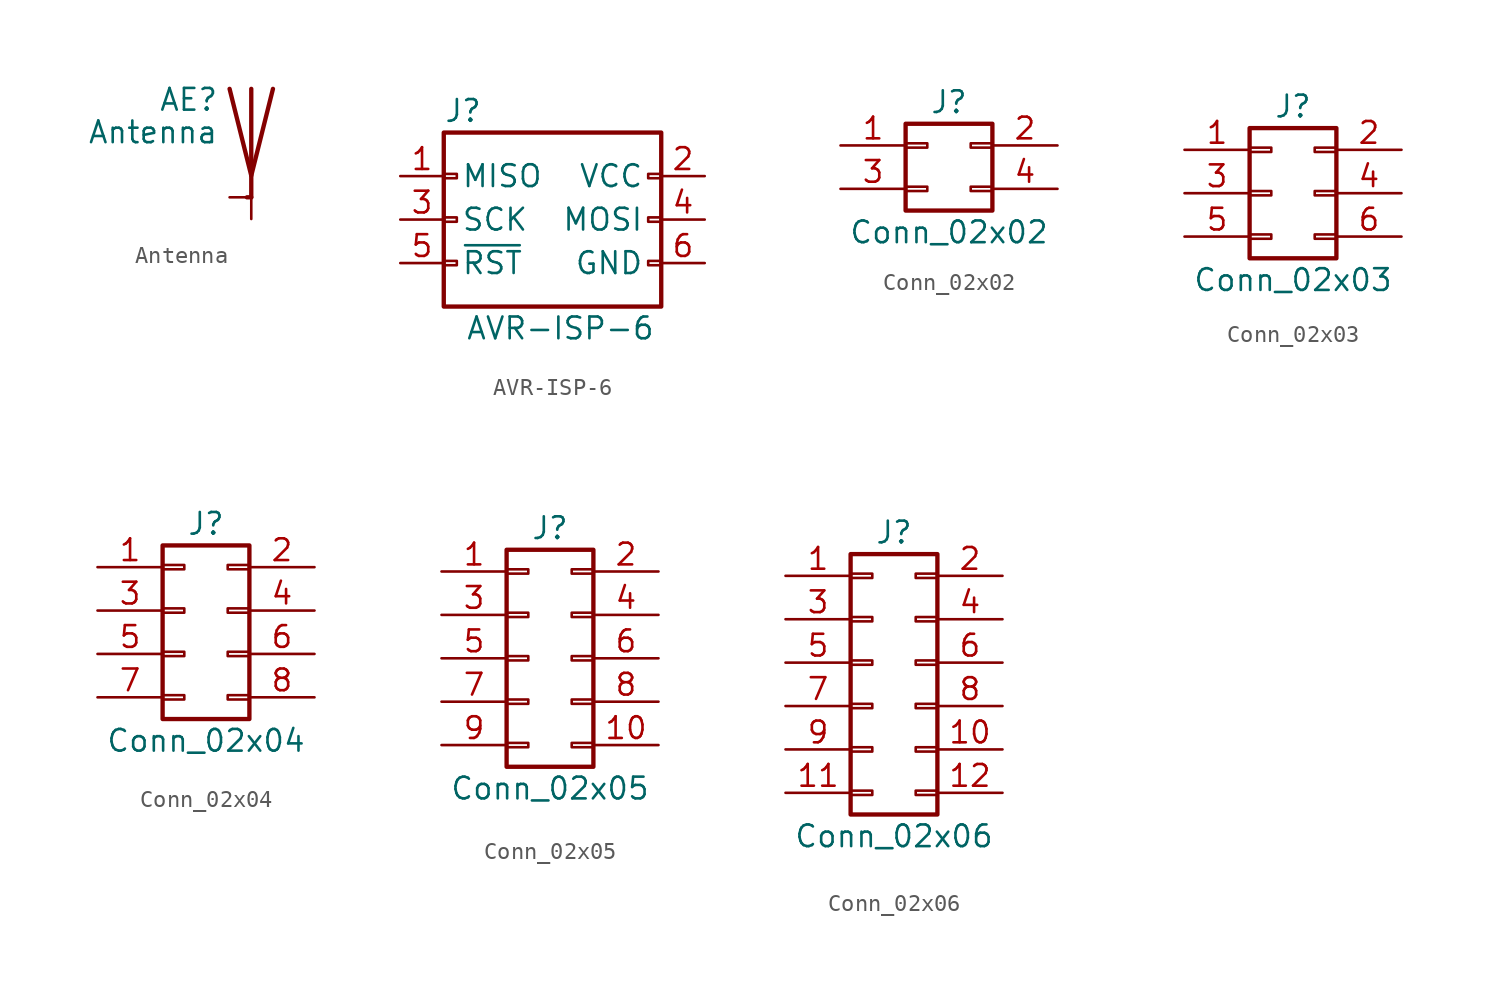
<source format=kicad_sym>
(kicad_symbol_lib
  (version 20220914)
  (generator kicad_symbol_editor)
  (symbol "Antenna"
    (pin_numbers hide)
    (pin_names
      (offset 1.016) hide)
    (property "Reference" "AE"
      (at -1.905 4.445 0)
      (effects (font (size 1.27 1.27)) (justify right)))
    (property "Value" "Antenna"
      (at -1.905 2.54 0)
      (effects (font (size 1.27 1.27)) (justify right)))
    (symbol "Antenna_0_1"
      (polyline (pts (xy -0.254 -1.27) (xy 0 -1.27)) (stroke (width 0.254) (type default)) (fill (type none)))
      (polyline (pts (xy 0 5.08) (xy 0 -1.27)) (stroke (width 0.254) (type default)) (fill (type none)))
      (polyline (pts (xy 1.27 5.08) (xy 0 0) (xy -1.27 5.08)) (stroke (width 0.254) (type default)) (fill (type none))))
    (symbol "Antenna_1_1"
      (pin input line (at 0 -2.54 90) (length 1.27) (name "A" (effects (font (size 1.27 1.27)))) (number "1" (effects (font (size 1.27 1.27)))))
      (pin power_in line (at -1.27 -1.27 0) (length 1) (name "GND" (effects (font (size 1.27 1.27)))) (number "2" (effects (font (size 1.27 1.27)))))))
  (symbol "AVR-ISP-6"
    (pin_names
      (offset 1.016))
    (property "Reference" "J"
      (at -6.35 6.35 0)
      (effects (font (size 1.27 1.27)) (justify left)))
    (property "Value" "AVR-ISP-6"
      (at -5.08 -6.35 0)
      (effects (font (size 1.27 1.27)) (justify left)))
    (symbol "AVR-ISP-6_0_1"
      (rectangle (start -5.588 -2.413) (end -6.35 -2.667) (stroke (width 0) (type default)) (fill (type none)))
      (rectangle (start -5.588 0.127) (end -6.35 -0.127) (stroke (width 0) (type default)) (fill (type none)))
      (rectangle (start -5.588 2.667) (end -6.35 2.413) (stroke (width 0) (type default)) (fill (type none)))
      (rectangle (start 6.35 -2.413) (end 5.588 -2.667) (stroke (width 0) (type default)) (fill (type none)))
      (rectangle (start 6.35 0.127) (end 5.588 -0.127) (stroke (width 0) (type default)) (fill (type none)))
      (rectangle (start 6.35 2.667) (end 5.588 2.413) (stroke (width 0) (type default)) (fill (type none))))
    (symbol "AVR-ISP-6_1_1"
      (rectangle (start -6.35 5.08) (end 6.35 -5.08) (stroke (width 0.254) (type default)) (fill (type none)))
      (pin passive line (at -8.89 2.54 0) (length 2.54) (name "MISO" (effects (font (size 1.27 1.27)))) (number "1" (effects (font (size 1.27 1.27)))))
      (pin passive line (at 8.89 2.54 180) (length 2.54) (name "VCC" (effects (font (size 1.27 1.27)))) (number "2" (effects (font (size 1.27 1.27)))))
      (pin passive line (at -8.89 0 0) (length 2.54) (name "SCK" (effects (font (size 1.27 1.27)))) (number "3" (effects (font (size 1.27 1.27)))))
      (pin passive line (at 8.89 0 180) (length 2.54) (name "MOSI" (effects (font (size 1.27 1.27)))) (number "4" (effects (font (size 1.27 1.27)))))
      (pin passive line (at -8.89 -2.54 0) (length 2.54) (name "~{RST}" (effects (font (size 1.27 1.27)))) (number "5" (effects (font (size 1.27 1.27)))))
      (pin passive line (at 8.89 -2.54 180) (length 2.54) (name "GND" (effects (font (size 1.27 1.27)))) (number "6" (effects (font (size 1.27 1.27)))))))
  (symbol "Conn_02x02"
    (pin_names
      (offset 1.016) hide)
    (property "Reference" "J"
      (at 0 3.81 0)
      (effects (font (size 1.27 1.27))))
    (property "Value" "Conn_02x02"
      (at 0 -3.81 0)
      (effects (font (size 1.27 1.27))))
    (symbol "Conn_02x02_1_1"
      (rectangle (start -2.54 -1.143) (end -1.27 -1.397) (stroke (width 0.152) (type default)) (fill (type none)))
      (rectangle (start -2.54 1.397) (end -1.27 1.143) (stroke (width 0.152) (type default)) (fill (type none)))
      (rectangle (start -2.54 2.54) (end 2.54 -2.54) (stroke (width 0.254) (type default)) (fill (type none)))
      (rectangle (start 2.54 -1.143) (end 1.27 -1.397) (stroke (width 0.152) (type default)) (fill (type none)))
      (rectangle (start 2.54 1.397) (end 1.27 1.143) (stroke (width 0.152) (type default)) (fill (type none)))
      (pin passive line (at -6.35 1.27 0) (length 3.81) (name "Pin_1" (effects (font (size 1.27 1.27)))) (number "1" (effects (font (size 1.27 1.27)))))
      (pin passive line (at 6.35 1.27 180) (length 3.81) (name "Pin_2" (effects (font (size 1.27 1.27)))) (number "2" (effects (font (size 1.27 1.27)))))
      (pin passive line (at -6.35 -1.27 0) (length 3.81) (name "Pin_3" (effects (font (size 1.27 1.27)))) (number "3" (effects (font (size 1.27 1.27)))))
      (pin passive line (at 6.35 -1.27 180) (length 3.81) (name "Pin_4" (effects (font (size 1.27 1.27)))) (number "4" (effects (font (size 1.27 1.27)))))))
  (symbol "Conn_02x03"
    (pin_names
      (offset 1.016) hide)
    (property "Reference" "J"
      (at 0 5.08 0)
      (effects (font (size 1.27 1.27))))
    (property "Value" "Conn_02x03"
      (at 0 -5.08 0)
      (effects (font (size 1.27 1.27))))
    (symbol "Conn_02x03_1_1"
      (rectangle (start -2.54 -2.413) (end -1.27 -2.667) (stroke (width 0.152) (type default)) (fill (type none)))
      (rectangle (start -2.54 0.127) (end -1.27 -0.127) (stroke (width 0.152) (type default)) (fill (type none)))
      (rectangle (start -2.54 2.667) (end -1.27 2.413) (stroke (width 0.152) (type default)) (fill (type none)))
      (rectangle (start -2.54 3.81) (end 2.54 -3.81) (stroke (width 0.254) (type default)) (fill (type none)))
      (rectangle (start 2.54 -2.413) (end 1.27 -2.667) (stroke (width 0.152) (type default)) (fill (type none)))
      (rectangle (start 2.54 0.127) (end 1.27 -0.127) (stroke (width 0.152) (type default)) (fill (type none)))
      (rectangle (start 2.54 2.667) (end 1.27 2.413) (stroke (width 0.152) (type default)) (fill (type none)))
      (pin passive line (at -6.35 2.54 0) (length 3.81) (name "Pin_1" (effects (font (size 1.27 1.27)))) (number "1" (effects (font (size 1.27 1.27)))))
      (pin passive line (at 6.35 2.54 180) (length 3.81) (name "Pin_2" (effects (font (size 1.27 1.27)))) (number "2" (effects (font (size 1.27 1.27)))))
      (pin passive line (at -6.35 0 0) (length 3.81) (name "Pin_3" (effects (font (size 1.27 1.27)))) (number "3" (effects (font (size 1.27 1.27)))))
      (pin passive line (at 6.35 0 180) (length 3.81) (name "Pin_4" (effects (font (size 1.27 1.27)))) (number "4" (effects (font (size 1.27 1.27)))))
      (pin passive line (at -6.35 -2.54 0) (length 3.81) (name "Pin_5" (effects (font (size 1.27 1.27)))) (number "5" (effects (font (size 1.27 1.27)))))
      (pin passive line (at 6.35 -2.54 180) (length 3.81) (name "Pin_6" (effects (font (size 1.27 1.27)))) (number "6" (effects (font (size 1.27 1.27)))))))
  (symbol "Conn_02x04"
    (pin_names
      (offset 1.016) hide)
    (property "Reference" "J"
      (at 0 6.35 0)
      (effects (font (size 1.27 1.27))))
    (property "Value" "Conn_02x04"
      (at 0 -6.35 0)
      (effects (font (size 1.27 1.27))))
    (symbol "Conn_02x04_1_1"
      (rectangle (start -2.54 -3.683) (end -1.27 -3.937) (stroke (width 0.152) (type default)) (fill (type none)))
      (rectangle (start -2.54 -1.143) (end -1.27 -1.397) (stroke (width 0.152) (type default)) (fill (type none)))
      (rectangle (start -2.54 1.397) (end -1.27 1.143) (stroke (width 0.152) (type default)) (fill (type none)))
      (rectangle (start -2.54 3.937) (end -1.27 3.683) (stroke (width 0.152) (type default)) (fill (type none)))
      (rectangle (start -2.54 5.08) (end 2.54 -5.08) (stroke (width 0.254) (type default)) (fill (type none)))
      (rectangle (start 2.54 -3.683) (end 1.27 -3.937) (stroke (width 0.152) (type default)) (fill (type none)))
      (rectangle (start 2.54 -1.143) (end 1.27 -1.397) (stroke (width 0.152) (type default)) (fill (type none)))
      (rectangle (start 2.54 1.397) (end 1.27 1.143) (stroke (width 0.152) (type default)) (fill (type none)))
      (rectangle (start 2.54 3.937) (end 1.27 3.683) (stroke (width 0.152) (type default)) (fill (type none)))
      (pin passive line (at -6.35 3.81 0) (length 3.81) (name "Pin_1" (effects (font (size 1.27 1.27)))) (number "1" (effects (font (size 1.27 1.27)))))
      (pin passive line (at 6.35 3.81 180) (length 3.81) (name "Pin_2" (effects (font (size 1.27 1.27)))) (number "2" (effects (font (size 1.27 1.27)))))
      (pin passive line (at -6.35 1.27 0) (length 3.81) (name "Pin_3" (effects (font (size 1.27 1.27)))) (number "3" (effects (font (size 1.27 1.27)))))
      (pin passive line (at 6.35 1.27 180) (length 3.81) (name "Pin_4" (effects (font (size 1.27 1.27)))) (number "4" (effects (font (size 1.27 1.27)))))
      (pin passive line (at -6.35 -1.27 0) (length 3.81) (name "Pin_5" (effects (font (size 1.27 1.27)))) (number "5" (effects (font (size 1.27 1.27)))))
      (pin passive line (at 6.35 -1.27 180) (length 3.81) (name "Pin_6" (effects (font (size 1.27 1.27)))) (number "6" (effects (font (size 1.27 1.27)))))
      (pin passive line (at -6.35 -3.81 0) (length 3.81) (name "Pin_7" (effects (font (size 1.27 1.27)))) (number "7" (effects (font (size 1.27 1.27)))))
      (pin passive line (at 6.35 -3.81 180) (length 3.81) (name "Pin_8" (effects (font (size 1.27 1.27)))) (number "8" (effects (font (size 1.27 1.27)))))))
  (symbol "Conn_02x05"
    (pin_names
      (offset 1.016) hide)
    (property "Reference" "J"
      (at 0 7.62 0)
      (effects (font (size 1.27 1.27))))
    (property "Value" "Conn_02x05"
      (at 0 -7.62 0)
      (effects (font (size 1.27 1.27))))
    (symbol "Conn_02x05_1_1"
      (rectangle (start -2.54 -4.953) (end -1.27 -5.207) (stroke (width 0.152) (type default)) (fill (type none)))
      (rectangle (start -2.54 -2.413) (end -1.27 -2.667) (stroke (width 0.152) (type default)) (fill (type none)))
      (rectangle (start -2.54 0.127) (end -1.27 -0.127) (stroke (width 0.152) (type default)) (fill (type none)))
      (rectangle (start -2.54 2.667) (end -1.27 2.413) (stroke (width 0.152) (type default)) (fill (type none)))
      (rectangle (start -2.54 5.207) (end -1.27 4.953) (stroke (width 0.152) (type default)) (fill (type none)))
      (rectangle (start -2.54 6.35) (end 2.54 -6.35) (stroke (width 0.254) (type default)) (fill (type none)))
      (rectangle (start 2.54 -4.953) (end 1.27 -5.207) (stroke (width 0.152) (type default)) (fill (type none)))
      (rectangle (start 2.54 -2.413) (end 1.27 -2.667) (stroke (width 0.152) (type default)) (fill (type none)))
      (rectangle (start 2.54 0.127) (end 1.27 -0.127) (stroke (width 0.152) (type default)) (fill (type none)))
      (rectangle (start 2.54 2.667) (end 1.27 2.413) (stroke (width 0.152) (type default)) (fill (type none)))
      (rectangle (start 2.54 5.207) (end 1.27 4.953) (stroke (width 0.152) (type default)) (fill (type none)))
      (pin passive line (at -6.35 5.08 0) (length 3.81) (name "Pin_1" (effects (font (size 1.27 1.27)))) (number "1" (effects (font (size 1.27 1.27)))))
      (pin passive line (at 6.35 -5.08 180) (length 3.81) (name "Pin_10" (effects (font (size 1.27 1.27)))) (number "10" (effects (font (size 1.27 1.27)))))
      (pin passive line (at 6.35 5.08 180) (length 3.81) (name "Pin_2" (effects (font (size 1.27 1.27)))) (number "2" (effects (font (size 1.27 1.27)))))
      (pin passive line (at -6.35 2.54 0) (length 3.81) (name "Pin_3" (effects (font (size 1.27 1.27)))) (number "3" (effects (font (size 1.27 1.27)))))
      (pin passive line (at 6.35 2.54 180) (length 3.81) (name "Pin_4" (effects (font (size 1.27 1.27)))) (number "4" (effects (font (size 1.27 1.27)))))
      (pin passive line (at -6.35 0 0) (length 3.81) (name "Pin_5" (effects (font (size 1.27 1.27)))) (number "5" (effects (font (size 1.27 1.27)))))
      (pin passive line (at 6.35 0 180) (length 3.81) (name "Pin_6" (effects (font (size 1.27 1.27)))) (number "6" (effects (font (size 1.27 1.27)))))
      (pin passive line (at -6.35 -2.54 0) (length 3.81) (name "Pin_7" (effects (font (size 1.27 1.27)))) (number "7" (effects (font (size 1.27 1.27)))))
      (pin passive line (at 6.35 -2.54 180) (length 3.81) (name "Pin_8" (effects (font (size 1.27 1.27)))) (number "8" (effects (font (size 1.27 1.27)))))
      (pin passive line (at -6.35 -5.08 0) (length 3.81) (name "Pin_9" (effects (font (size 1.27 1.27)))) (number "9" (effects (font (size 1.27 1.27)))))))
  (symbol "Conn_02x06"
    (pin_names
      (offset 1.016) hide)
    (property "Reference" "J"
      (at 0 8.89 0)
      (effects (font (size 1.27 1.27))))
    (property "Value" "Conn_02x06"
      (at 0 -8.89 0)
      (effects (font (size 1.27 1.27))))
    (symbol "Conn_02x06_1_1"
      (rectangle (start -2.54 -6.223) (end -1.27 -6.477) (stroke (width 0.152) (type default)) (fill (type none)))
      (rectangle (start -2.54 -3.683) (end -1.27 -3.937) (stroke (width 0.152) (type default)) (fill (type none)))
      (rectangle (start -2.54 -1.143) (end -1.27 -1.397) (stroke (width 0.152) (type default)) (fill (type none)))
      (rectangle (start -2.54 1.397) (end -1.27 1.143) (stroke (width 0.152) (type default)) (fill (type none)))
      (rectangle (start -2.54 3.937) (end -1.27 3.683) (stroke (width 0.152) (type default)) (fill (type none)))
      (rectangle (start -2.54 6.477) (end -1.27 6.223) (stroke (width 0.152) (type default)) (fill (type none)))
      (rectangle (start -2.54 7.62) (end 2.54 -7.62) (stroke (width 0.254) (type default)) (fill (type none)))
      (rectangle (start 2.54 -6.223) (end 1.27 -6.477) (stroke (width 0.152) (type default)) (fill (type none)))
      (rectangle (start 2.54 -3.683) (end 1.27 -3.937) (stroke (width 0.152) (type default)) (fill (type none)))
      (rectangle (start 2.54 -1.143) (end 1.27 -1.397) (stroke (width 0.152) (type default)) (fill (type none)))
      (rectangle (start 2.54 1.397) (end 1.27 1.143) (stroke (width 0.152) (type default)) (fill (type none)))
      (rectangle (start 2.54 3.937) (end 1.27 3.683) (stroke (width 0.152) (type default)) (fill (type none)))
      (rectangle (start 2.54 6.477) (end 1.27 6.223) (stroke (width 0.152) (type default)) (fill (type none)))
      (pin passive line (at -6.35 6.35 0) (length 3.81) (name "Pin_1" (effects (font (size 1.27 1.27)))) (number "1" (effects (font (size 1.27 1.27)))))
      (pin passive line (at 6.35 -3.81 180) (length 3.81) (name "Pin_10" (effects (font (size 1.27 1.27)))) (number "10" (effects (font (size 1.27 1.27)))))
      (pin passive line (at -6.35 -6.35 0) (length 3.81) (name "Pin_11" (effects (font (size 1.27 1.27)))) (number "11" (effects (font (size 1.27 1.27)))))
      (pin passive line (at 6.35 -6.35 180) (length 3.81) (name "Pin_12" (effects (font (size 1.27 1.27)))) (number "12" (effects (font (size 1.27 1.27)))))
      (pin passive line (at 6.35 6.35 180) (length 3.81) (name "Pin_2" (effects (font (size 1.27 1.27)))) (number "2" (effects (font (size 1.27 1.27)))))
      (pin passive line (at -6.35 3.81 0) (length 3.81) (name "Pin_3" (effects (font (size 1.27 1.27)))) (number "3" (effects (font (size 1.27 1.27)))))
      (pin passive line (at 6.35 3.81 180) (length 3.81) (name "Pin_4" (effects (font (size 1.27 1.27)))) (number "4" (effects (font (size 1.27 1.27)))))
      (pin passive line (at -6.35 1.27 0) (length 3.81) (name "Pin_5" (effects (font (size 1.27 1.27)))) (number "5" (effects (font (size 1.27 1.27)))))
      (pin passive line (at 6.35 1.27 180) (length 3.81) (name "Pin_6" (effects (font (size 1.27 1.27)))) (number "6" (effects (font (size 1.27 1.27)))))
      (pin passive line (at -6.35 -1.27 0) (length 3.81) (name "Pin_7" (effects (font (size 1.27 1.27)))) (number "7" (effects (font (size 1.27 1.27)))))
      (pin passive line (at 6.35 -1.27 180) (length 3.81) (name "Pin_8" (effects (font (size 1.27 1.27)))) (number "8" (effects (font (size 1.27 1.27)))))
      (pin passive line (at -6.35 -3.81 0) (length 3.81) (name "Pin_9" (effects (font (size 1.27 1.27)))) (number "9" (effects (font (size 1.27 1.27))))))))
</source>
